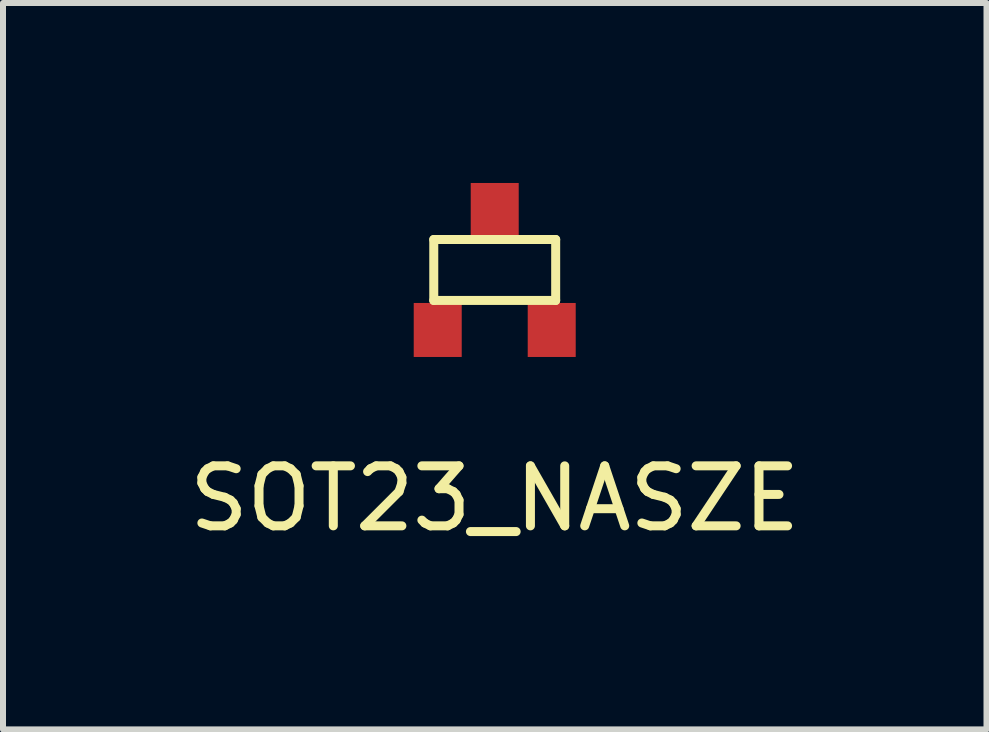
<source format=kicad_pcb>
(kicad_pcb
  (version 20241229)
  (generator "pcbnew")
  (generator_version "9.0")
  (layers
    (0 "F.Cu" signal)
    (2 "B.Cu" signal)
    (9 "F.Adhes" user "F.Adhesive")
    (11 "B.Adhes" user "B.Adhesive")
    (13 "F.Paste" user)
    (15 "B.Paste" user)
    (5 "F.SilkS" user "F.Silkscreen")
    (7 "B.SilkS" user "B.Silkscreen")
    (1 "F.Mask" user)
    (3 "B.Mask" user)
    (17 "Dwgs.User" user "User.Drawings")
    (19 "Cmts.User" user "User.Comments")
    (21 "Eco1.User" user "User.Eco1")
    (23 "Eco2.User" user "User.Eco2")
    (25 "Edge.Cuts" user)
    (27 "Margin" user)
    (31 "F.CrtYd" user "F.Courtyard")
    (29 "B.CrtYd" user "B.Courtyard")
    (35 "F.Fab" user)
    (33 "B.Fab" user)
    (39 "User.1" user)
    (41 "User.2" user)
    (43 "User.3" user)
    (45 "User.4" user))
  (footprint "SOT23_NASZE"
    (layer "F.Cu")
    (at 5.196 1.45)
    (property "Reference" "SOT23_NASZE" (at 0 3.81 0) (layer "F.SilkS") (effects (font (size 1 1) (thickness 0.15))))
    (attr through_hole)
    (fp_line (start -1.016 -0.508) (end -1.016 0.508) (stroke (width 0.15) (type solid)) (layer "F.SilkS"))
    (fp_line (start -1.016 0.508) (end 1.016 0.508) (stroke (width 0.15) (type solid)) (layer "F.SilkS"))
    (fp_line (start 1.016 -0.508) (end -1.016 -0.508) (stroke (width 0.15) (type solid)) (layer "F.SilkS"))
    (fp_line (start 1.016 0.508) (end 1.016 -0.508) (stroke (width 0.15) (type solid)) (layer "F.SilkS"))
    (pad "1" smd rect (at -0.95 1) (size 0.8 0.9) (layers "F.Cu" "F.Mask" "F.Paste"))
    (pad "2" smd rect (at 0.95 1) (size 0.8 0.9) (layers "F.Cu" "F.Mask" "F.Paste"))
    (pad "3" smd rect (at 0 -1) (size 0.8 0.9) (layers "F.Cu" "F.Mask" "F.Paste")))
  (gr_rect
    (start -3 -3)
    (end 13.393 9.108)
    (stroke (width 0.1) (type default))
    (fill no)
    (layer "Edge.Cuts")))
</source>
